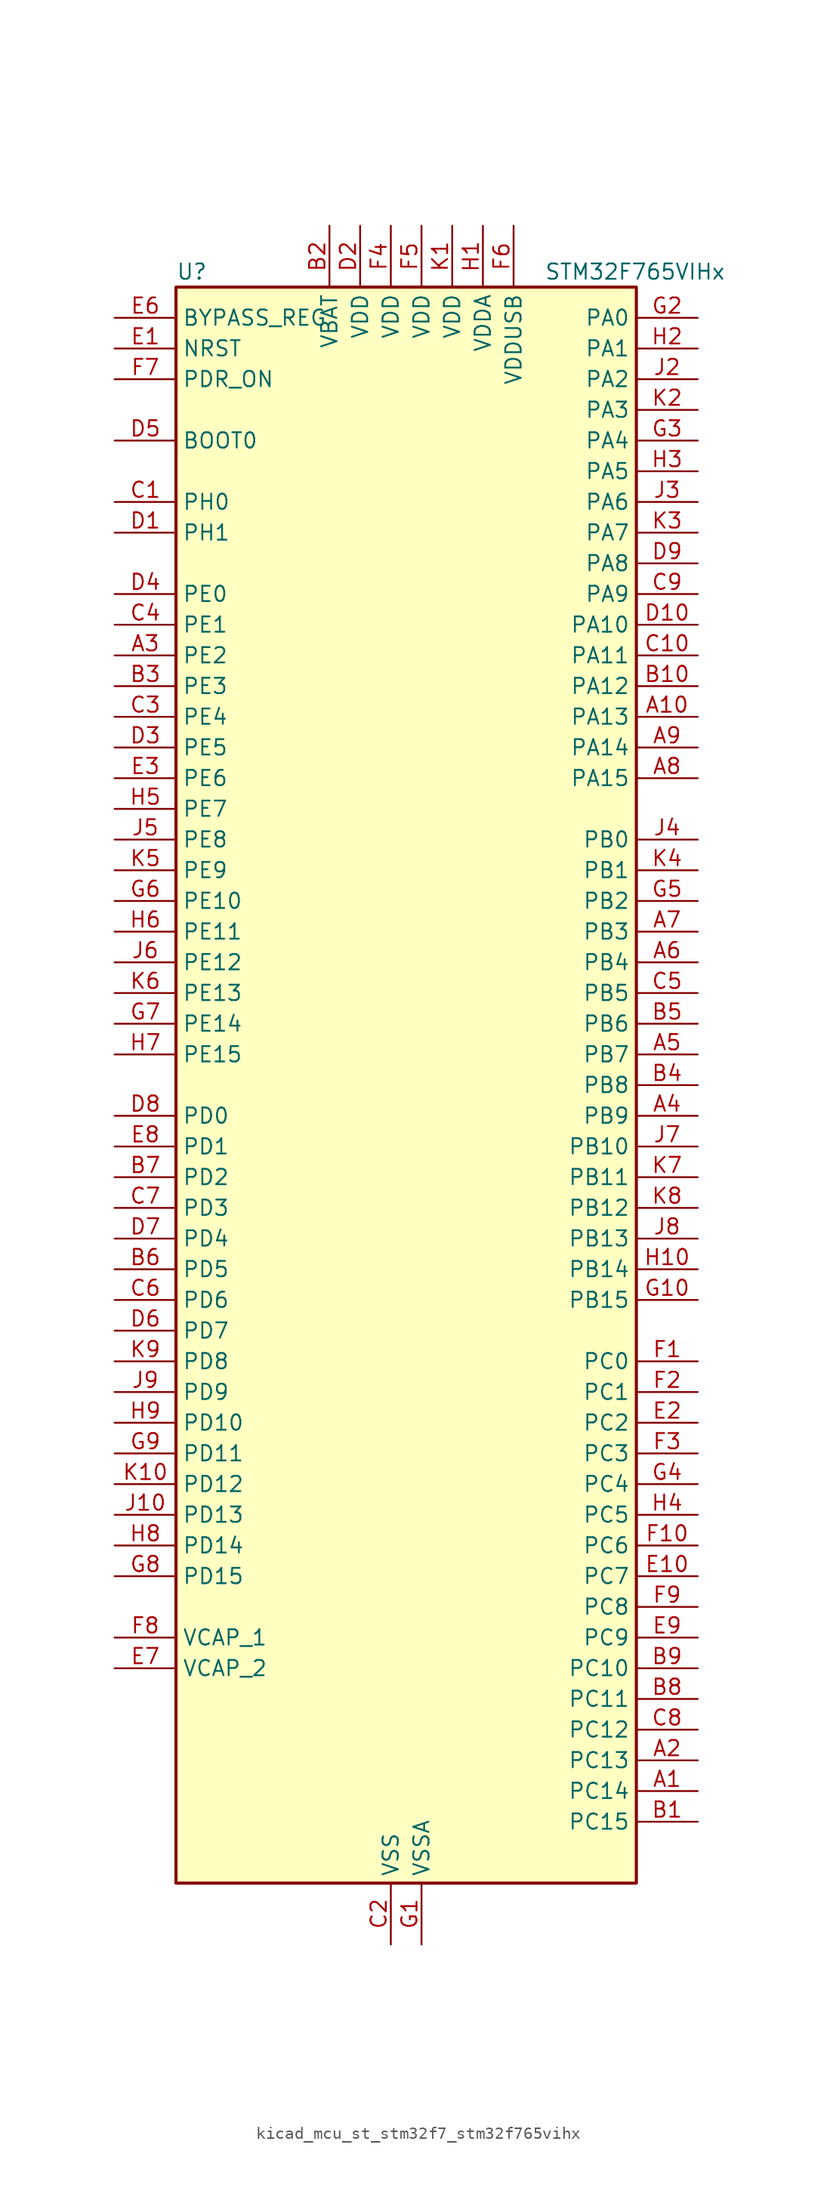
<source format=kicad_sym>
(kicad_symbol_lib
  (version 20220914)
  (generator kicad_symbol_editor)
  (symbol "kicad_mcu_st_stm32f7_stm32f765vihx"
    (property "Reference" "U"
      (at -17.78 67.31 0)
      (effects (font (size 1.27 1.27)) (justify left)))
    (property "Value" "STM32F765VIHx"
      (at 12.7 67.31 0)
      (effects (font (size 1.27 1.27)) (justify left)))
    (property "ki_locked" ""
      (at 0 0 0)
      (effects (font (size 1.27 1.27))))
    (symbol "kicad_mcu_st_stm32f7_stm32f765vihx_0_1"
      (rectangle (start -17.78 -66.04) (end 20.32 66.04) (stroke (width 0.254) (type default)) (fill (type background))))
    (symbol "kicad_mcu_st_stm32f7_stm32f765vihx_1_1"
      (pin bidirectional line (at 25.4 -58.42 180) (length 5.08) (name "PC14" (effects (font (size 1.27 1.27)))) (number "A1" (effects (font (size 1.27 1.27)))) (alternate "RCC_OSC32_IN" bidirectional line))
      (pin bidirectional line (at 25.4 30.48 180) (length 5.08) (name "PA13" (effects (font (size 1.27 1.27)))) (number "A10" (effects (font (size 1.27 1.27)))) (alternate "SYS_JTMS-SWDIO" bidirectional line))
      (pin bidirectional line (at 25.4 -55.88 180) (length 5.08) (name "PC13" (effects (font (size 1.27 1.27)))) (number "A2" (effects (font (size 1.27 1.27)))) (alternate "RTC_OUT" bidirectional line) (alternate "RTC_TAMP1" bidirectional line) (alternate "RTC_TS" bidirectional line) (alternate "SYS_WKUP4" bidirectional line))
      (pin bidirectional line (at -22.86 35.56 0) (length 5.08) (name "PE2" (effects (font (size 1.27 1.27)))) (number "A3" (effects (font (size 1.27 1.27)))) (alternate "ETH_TXD3" bidirectional line) (alternate "FMC_A23" bidirectional line) (alternate "QUADSPI_BK1_IO2" bidirectional line) (alternate "SAI1_MCLK_A" bidirectional line) (alternate "SPI4_SCK" bidirectional line) (alternate "SYS_TRACECLK" bidirectional line))
      (pin bidirectional line (at 25.4 -2.54 180) (length 5.08) (name "PB9" (effects (font (size 1.27 1.27)))) (number "A4" (effects (font (size 1.27 1.27)))) (alternate "CAN1_TX" bidirectional line) (alternate "DAC_EXTI9" bidirectional line) (alternate "DCMI_D7" bidirectional line) (alternate "DFSDM1_DATIN7" bidirectional line) (alternate "I2C1_SDA" bidirectional line) (alternate "I2C4_SDA" bidirectional line) (alternate "I2C4_SMBA" bidirectional line) (alternate "I2S2_WS" bidirectional line) (alternate "SDMMC1_D5" bidirectional line) (alternate "SDMMC2_D5" bidirectional line) (alternate "SPI2_NSS" bidirectional line) (alternate "TIM11_CH1" bidirectional line) (alternate "TIM4_CH4" bidirectional line) (alternate "UART5_TX" bidirectional line))
      (pin bidirectional line (at 25.4 2.54 180) (length 5.08) (name "PB7" (effects (font (size 1.27 1.27)))) (number "A5" (effects (font (size 1.27 1.27)))) (alternate "DCMI_VSYNC" bidirectional line) (alternate "DFSDM1_CKIN5" bidirectional line) (alternate "FMC_NL" bidirectional line) (alternate "I2C1_SDA" bidirectional line) (alternate "I2C4_SDA" bidirectional line) (alternate "TIM4_CH2" bidirectional line) (alternate "USART1_RX" bidirectional line))
      (pin bidirectional line (at 25.4 10.16 180) (length 5.08) (name "PB4" (effects (font (size 1.27 1.27)))) (number "A6" (effects (font (size 1.27 1.27)))) (alternate "CAN3_TX" bidirectional line) (alternate "I2S2_WS" bidirectional line) (alternate "SDMMC2_D3" bidirectional line) (alternate "SPI1_MISO" bidirectional line) (alternate "SPI2_NSS" bidirectional line) (alternate "SPI3_MISO" bidirectional line) (alternate "SPI6_MISO" bidirectional line) (alternate "SYS_JTRST" bidirectional line) (alternate "TIM3_CH1" bidirectional line) (alternate "UART7_TX" bidirectional line))
      (pin bidirectional line (at 25.4 12.7 180) (length 5.08) (name "PB3" (effects (font (size 1.27 1.27)))) (number "A7" (effects (font (size 1.27 1.27)))) (alternate "CAN3_RX" bidirectional line) (alternate "I2S1_CK" bidirectional line) (alternate "I2S3_CK" bidirectional line) (alternate "SDMMC2_D2" bidirectional line) (alternate "SPI1_SCK" bidirectional line) (alternate "SPI3_SCK" bidirectional line) (alternate "SPI6_SCK" bidirectional line) (alternate "SYS_JTDO-SWO" bidirectional line) (alternate "TIM2_CH2" bidirectional line) (alternate "UART7_RX" bidirectional line))
      (pin bidirectional line (at 25.4 25.4 180) (length 5.08) (name "PA15" (effects (font (size 1.27 1.27)))) (number "A8" (effects (font (size 1.27 1.27)))) (alternate "CAN3_TX" bidirectional line) (alternate "CEC" bidirectional line) (alternate "I2S1_WS" bidirectional line) (alternate "I2S3_WS" bidirectional line) (alternate "SPI1_NSS" bidirectional line) (alternate "SPI3_NSS" bidirectional line) (alternate "SPI6_NSS" bidirectional line) (alternate "SYS_JTDI" bidirectional line) (alternate "TIM2_CH1" bidirectional line) (alternate "TIM2_ETR" bidirectional line) (alternate "UART4_DE" bidirectional line) (alternate "UART4_RTS" bidirectional line) (alternate "UART7_TX" bidirectional line))
      (pin bidirectional line (at 25.4 27.94 180) (length 5.08) (name "PA14" (effects (font (size 1.27 1.27)))) (number "A9" (effects (font (size 1.27 1.27)))) (alternate "SYS_JTCK-SWCLK" bidirectional line))
      (pin bidirectional line (at 25.4 -60.96 180) (length 5.08) (name "PC15" (effects (font (size 1.27 1.27)))) (number "B1" (effects (font (size 1.27 1.27)))) (alternate "RCC_OSC32_OUT" bidirectional line))
      (pin bidirectional line (at 25.4 33.02 180) (length 5.08) (name "PA12" (effects (font (size 1.27 1.27)))) (number "B10" (effects (font (size 1.27 1.27)))) (alternate "CAN1_TX" bidirectional line) (alternate "I2S2_CK" bidirectional line) (alternate "SAI2_FS_B" bidirectional line) (alternate "SPI2_SCK" bidirectional line) (alternate "TIM1_ETR" bidirectional line) (alternate "UART4_TX" bidirectional line) (alternate "USART1_DE" bidirectional line) (alternate "USART1_RTS" bidirectional line) (alternate "USB_OTG_FS_DP" bidirectional line))
      (pin power_in line (at -5.08 71.12 270) (length 5.08) (name "VBAT" (effects (font (size 1.27 1.27)))) (number "B2" (effects (font (size 1.27 1.27)))))
      (pin bidirectional line (at -22.86 33.02 0) (length 5.08) (name "PE3" (effects (font (size 1.27 1.27)))) (number "B3" (effects (font (size 1.27 1.27)))) (alternate "FMC_A19" bidirectional line) (alternate "SAI1_SD_B" bidirectional line) (alternate "SYS_TRACED0" bidirectional line))
      (pin bidirectional line (at 25.4 0 180) (length 5.08) (name "PB8" (effects (font (size 1.27 1.27)))) (number "B4" (effects (font (size 1.27 1.27)))) (alternate "CAN1_RX" bidirectional line) (alternate "DCMI_D6" bidirectional line) (alternate "DFSDM1_CKIN7" bidirectional line) (alternate "ETH_TXD3" bidirectional line) (alternate "I2C1_SCL" bidirectional line) (alternate "I2C4_SCL" bidirectional line) (alternate "SDMMC1_D4" bidirectional line) (alternate "SDMMC2_D4" bidirectional line) (alternate "TIM10_CH1" bidirectional line) (alternate "TIM4_CH3" bidirectional line) (alternate "UART5_RX" bidirectional line))
      (pin bidirectional line (at 25.4 5.08 180) (length 5.08) (name "PB6" (effects (font (size 1.27 1.27)))) (number "B5" (effects (font (size 1.27 1.27)))) (alternate "CAN2_TX" bidirectional line) (alternate "CEC" bidirectional line) (alternate "DCMI_D5" bidirectional line) (alternate "DFSDM1_DATIN5" bidirectional line) (alternate "FMC_SDNE1" bidirectional line) (alternate "I2C1_SCL" bidirectional line) (alternate "I2C4_SCL" bidirectional line) (alternate "QUADSPI_BK1_NCS" bidirectional line) (alternate "TIM4_CH1" bidirectional line) (alternate "UART5_TX" bidirectional line) (alternate "USART1_TX" bidirectional line))
      (pin bidirectional line (at -22.86 -15.24 0) (length 5.08) (name "PD5" (effects (font (size 1.27 1.27)))) (number "B6" (effects (font (size 1.27 1.27)))) (alternate "FMC_NWE" bidirectional line) (alternate "USART2_TX" bidirectional line))
      (pin bidirectional line (at -22.86 -7.62 0) (length 5.08) (name "PD2" (effects (font (size 1.27 1.27)))) (number "B7" (effects (font (size 1.27 1.27)))) (alternate "DCMI_D11" bidirectional line) (alternate "SDMMC1_CMD" bidirectional line) (alternate "SYS_TRACED2" bidirectional line) (alternate "TIM3_ETR" bidirectional line) (alternate "UART5_RX" bidirectional line))
      (pin bidirectional line (at 25.4 -50.8 180) (length 5.08) (name "PC11" (effects (font (size 1.27 1.27)))) (number "B8" (effects (font (size 1.27 1.27)))) (alternate "ADC1_EXTI11" bidirectional line) (alternate "ADC2_EXTI11" bidirectional line) (alternate "ADC3_EXTI11" bidirectional line) (alternate "DCMI_D4" bidirectional line) (alternate "DFSDM1_DATIN5" bidirectional line) (alternate "QUADSPI_BK2_NCS" bidirectional line) (alternate "SDMMC1_D3" bidirectional line) (alternate "SPI3_MISO" bidirectional line) (alternate "UART4_RX" bidirectional line) (alternate "USART3_RX" bidirectional line))
      (pin bidirectional line (at 25.4 -48.26 180) (length 5.08) (name "PC10" (effects (font (size 1.27 1.27)))) (number "B9" (effects (font (size 1.27 1.27)))) (alternate "DCMI_D8" bidirectional line) (alternate "DFSDM1_CKIN5" bidirectional line) (alternate "I2S3_CK" bidirectional line) (alternate "QUADSPI_BK1_IO1" bidirectional line) (alternate "SDMMC1_D2" bidirectional line) (alternate "SPI3_SCK" bidirectional line) (alternate "UART4_TX" bidirectional line) (alternate "USART3_TX" bidirectional line))
      (pin bidirectional line (at -22.86 48.26 0) (length 5.08) (name "PH0" (effects (font (size 1.27 1.27)))) (number "C1" (effects (font (size 1.27 1.27)))) (alternate "RCC_OSC_IN" bidirectional line))
      (pin bidirectional line (at 25.4 35.56 180) (length 5.08) (name "PA11" (effects (font (size 1.27 1.27)))) (number "C10" (effects (font (size 1.27 1.27)))) (alternate "ADC1_EXTI11" bidirectional line) (alternate "ADC2_EXTI11" bidirectional line) (alternate "ADC3_EXTI11" bidirectional line) (alternate "CAN1_RX" bidirectional line) (alternate "I2S2_WS" bidirectional line) (alternate "SPI2_NSS" bidirectional line) (alternate "TIM1_CH4" bidirectional line) (alternate "UART4_RX" bidirectional line) (alternate "USART1_CTS" bidirectional line) (alternate "USB_OTG_FS_DM" bidirectional line))
      (pin power_in line (at 0 -71.12 90) (length 5.08) (name "VSS" (effects (font (size 1.27 1.27)))) (number "C2" (effects (font (size 1.27 1.27)))))
      (pin bidirectional line (at -22.86 30.48 0) (length 5.08) (name "PE4" (effects (font (size 1.27 1.27)))) (number "C3" (effects (font (size 1.27 1.27)))) (alternate "DCMI_D4" bidirectional line) (alternate "DFSDM1_DATIN3" bidirectional line) (alternate "FMC_A20" bidirectional line) (alternate "SAI1_FS_A" bidirectional line) (alternate "SPI4_NSS" bidirectional line) (alternate "SYS_TRACED1" bidirectional line))
      (pin bidirectional line (at -22.86 38.1 0) (length 5.08) (name "PE1" (effects (font (size 1.27 1.27)))) (number "C4" (effects (font (size 1.27 1.27)))) (alternate "DCMI_D3" bidirectional line) (alternate "FMC_NBL1" bidirectional line) (alternate "LPTIM1_IN2" bidirectional line) (alternate "UART8_TX" bidirectional line))
      (pin bidirectional line (at 25.4 7.62 180) (length 5.08) (name "PB5" (effects (font (size 1.27 1.27)))) (number "C5" (effects (font (size 1.27 1.27)))) (alternate "CAN2_RX" bidirectional line) (alternate "DCMI_D10" bidirectional line) (alternate "ETH_PPS_OUT" bidirectional line) (alternate "FMC_SDCKE1" bidirectional line) (alternate "I2C1_SMBA" bidirectional line) (alternate "I2S1_SD" bidirectional line) (alternate "I2S3_SD" bidirectional line) (alternate "SPI1_MOSI" bidirectional line) (alternate "SPI3_MOSI" bidirectional line) (alternate "SPI6_MOSI" bidirectional line) (alternate "TIM3_CH2" bidirectional line) (alternate "UART5_RX" bidirectional line) (alternate "USB_OTG_HS_ULPI_D7" bidirectional line))
      (pin bidirectional line (at -22.86 -17.78 0) (length 5.08) (name "PD6" (effects (font (size 1.27 1.27)))) (number "C6" (effects (font (size 1.27 1.27)))) (alternate "DCMI_D10" bidirectional line) (alternate "DFSDM1_CKIN4" bidirectional line) (alternate "DFSDM1_DATIN1" bidirectional line) (alternate "FMC_NWAIT" bidirectional line) (alternate "I2S3_SD" bidirectional line) (alternate "SAI1_SD_A" bidirectional line) (alternate "SDMMC2_CK" bidirectional line) (alternate "SPI3_MOSI" bidirectional line) (alternate "USART2_RX" bidirectional line))
      (pin bidirectional line (at -22.86 -10.16 0) (length 5.08) (name "PD3" (effects (font (size 1.27 1.27)))) (number "C7" (effects (font (size 1.27 1.27)))) (alternate "DCMI_D5" bidirectional line) (alternate "DFSDM1_CKOUT" bidirectional line) (alternate "DFSDM1_DATIN0" bidirectional line) (alternate "FMC_CLK" bidirectional line) (alternate "I2S2_CK" bidirectional line) (alternate "SPI2_SCK" bidirectional line) (alternate "USART2_CTS" bidirectional line))
      (pin bidirectional line (at 25.4 -53.34 180) (length 5.08) (name "PC12" (effects (font (size 1.27 1.27)))) (number "C8" (effects (font (size 1.27 1.27)))) (alternate "DCMI_D9" bidirectional line) (alternate "I2S3_SD" bidirectional line) (alternate "SDMMC1_CK" bidirectional line) (alternate "SPI3_MOSI" bidirectional line) (alternate "SYS_TRACED3" bidirectional line) (alternate "UART5_TX" bidirectional line) (alternate "USART3_CK" bidirectional line))
      (pin bidirectional line (at 25.4 40.64 180) (length 5.08) (name "PA9" (effects (font (size 1.27 1.27)))) (number "C9" (effects (font (size 1.27 1.27)))) (alternate "DAC_EXTI9" bidirectional line) (alternate "DCMI_D0" bidirectional line) (alternate "I2C3_SMBA" bidirectional line) (alternate "I2S2_CK" bidirectional line) (alternate "SPI2_SCK" bidirectional line) (alternate "TIM1_CH2" bidirectional line) (alternate "USART1_TX" bidirectional line) (alternate "USB_OTG_FS_VBUS" bidirectional line))
      (pin bidirectional line (at -22.86 45.72 0) (length 5.08) (name "PH1" (effects (font (size 1.27 1.27)))) (number "D1" (effects (font (size 1.27 1.27)))) (alternate "RCC_OSC_OUT" bidirectional line))
      (pin bidirectional line (at 25.4 38.1 180) (length 5.08) (name "PA10" (effects (font (size 1.27 1.27)))) (number "D10" (effects (font (size 1.27 1.27)))) (alternate "DCMI_D1" bidirectional line) (alternate "MDIOS_MDIO" bidirectional line) (alternate "TIM1_CH3" bidirectional line) (alternate "USART1_RX" bidirectional line) (alternate "USB_OTG_FS_ID" bidirectional line))
      (pin power_in line (at -2.54 71.12 270) (length 5.08) (name "VDD" (effects (font (size 1.27 1.27)))) (number "D2" (effects (font (size 1.27 1.27)))))
      (pin bidirectional line (at -22.86 27.94 0) (length 5.08) (name "PE5" (effects (font (size 1.27 1.27)))) (number "D3" (effects (font (size 1.27 1.27)))) (alternate "DCMI_D6" bidirectional line) (alternate "DFSDM1_CKIN3" bidirectional line) (alternate "FMC_A21" bidirectional line) (alternate "SAI1_SCK_A" bidirectional line) (alternate "SPI4_MISO" bidirectional line) (alternate "SYS_TRACED2" bidirectional line) (alternate "TIM9_CH1" bidirectional line))
      (pin bidirectional line (at -22.86 40.64 0) (length 5.08) (name "PE0" (effects (font (size 1.27 1.27)))) (number "D4" (effects (font (size 1.27 1.27)))) (alternate "DCMI_D2" bidirectional line) (alternate "FMC_NBL0" bidirectional line) (alternate "LPTIM1_ETR" bidirectional line) (alternate "SAI2_MCLK_A" bidirectional line) (alternate "TIM4_ETR" bidirectional line) (alternate "UART8_RX" bidirectional line))
      (pin input line (at -22.86 53.34 0) (length 5.08) (name "BOOT0" (effects (font (size 1.27 1.27)))) (number "D5" (effects (font (size 1.27 1.27)))))
      (pin bidirectional line (at -22.86 -20.32 0) (length 5.08) (name "PD7" (effects (font (size 1.27 1.27)))) (number "D6" (effects (font (size 1.27 1.27)))) (alternate "DFSDM1_CKIN1" bidirectional line) (alternate "DFSDM1_DATIN4" bidirectional line) (alternate "FMC_NE1" bidirectional line) (alternate "I2S1_SD" bidirectional line) (alternate "SDMMC2_CMD" bidirectional line) (alternate "SPDIFRX_IN0" bidirectional line) (alternate "SPI1_MOSI" bidirectional line) (alternate "USART2_CK" bidirectional line))
      (pin bidirectional line (at -22.86 -12.7 0) (length 5.08) (name "PD4" (effects (font (size 1.27 1.27)))) (number "D7" (effects (font (size 1.27 1.27)))) (alternate "DFSDM1_CKIN0" bidirectional line) (alternate "FMC_NOE" bidirectional line) (alternate "USART2_DE" bidirectional line) (alternate "USART2_RTS" bidirectional line))
      (pin bidirectional line (at -22.86 -2.54 0) (length 5.08) (name "PD0" (effects (font (size 1.27 1.27)))) (number "D8" (effects (font (size 1.27 1.27)))) (alternate "CAN1_RX" bidirectional line) (alternate "DFSDM1_CKIN6" bidirectional line) (alternate "DFSDM1_DATIN7" bidirectional line) (alternate "FMC_D2" bidirectional line) (alternate "FMC_DA2" bidirectional line) (alternate "UART4_RX" bidirectional line))
      (pin bidirectional line (at 25.4 43.18 180) (length 5.08) (name "PA8" (effects (font (size 1.27 1.27)))) (number "D9" (effects (font (size 1.27 1.27)))) (alternate "CAN3_RX" bidirectional line) (alternate "I2C3_SCL" bidirectional line) (alternate "RCC_MCO_1" bidirectional line) (alternate "TIM1_CH1" bidirectional line) (alternate "TIM8_BKIN2" bidirectional line) (alternate "UART7_RX" bidirectional line) (alternate "USART1_CK" bidirectional line) (alternate "USB_OTG_FS_SOF" bidirectional line))
      (pin input line (at -22.86 60.96 0) (length 5.08) (name "NRST" (effects (font (size 1.27 1.27)))) (number "E1" (effects (font (size 1.27 1.27)))))
      (pin bidirectional line (at 25.4 -40.64 180) (length 5.08) (name "PC7" (effects (font (size 1.27 1.27)))) (number "E10" (effects (font (size 1.27 1.27)))) (alternate "DCMI_D1" bidirectional line) (alternate "DFSDM1_DATIN3" bidirectional line) (alternate "FMC_NE1" bidirectional line) (alternate "I2S3_MCK" bidirectional line) (alternate "SDMMC1_D7" bidirectional line) (alternate "SDMMC2_D7" bidirectional line) (alternate "TIM3_CH2" bidirectional line) (alternate "TIM8_CH2" bidirectional line) (alternate "USART6_RX" bidirectional line))
      (pin bidirectional line (at 25.4 -27.94 180) (length 5.08) (name "PC2" (effects (font (size 1.27 1.27)))) (number "E2" (effects (font (size 1.27 1.27)))) (alternate "ADC1_IN12" bidirectional line) (alternate "ADC2_IN12" bidirectional line) (alternate "ADC3_IN12" bidirectional line) (alternate "DFSDM1_CKIN1" bidirectional line) (alternate "DFSDM1_CKOUT" bidirectional line) (alternate "ETH_TXD2" bidirectional line) (alternate "FMC_SDNE0" bidirectional line) (alternate "SPI2_MISO" bidirectional line) (alternate "USB_OTG_HS_ULPI_DIR" bidirectional line))
      (pin bidirectional line (at -22.86 25.4 0) (length 5.08) (name "PE6" (effects (font (size 1.27 1.27)))) (number "E3" (effects (font (size 1.27 1.27)))) (alternate "DCMI_D7" bidirectional line) (alternate "FMC_A22" bidirectional line) (alternate "SAI1_SD_A" bidirectional line) (alternate "SAI2_MCLK_B" bidirectional line) (alternate "SPI4_MOSI" bidirectional line) (alternate "SYS_TRACED3" bidirectional line) (alternate "TIM1_BKIN2" bidirectional line) (alternate "TIM9_CH2" bidirectional line))
      (pin passive line (at 0 -71.12 90) (length 5.08) hide (name "VSS" (effects (font (size 1.27 1.27)))) (number "E4" (effects (font (size 1.27 1.27)))))
      (pin passive line (at 0 -71.12 90) (length 5.08) hide (name "VSS" (effects (font (size 1.27 1.27)))) (number "E5" (effects (font (size 1.27 1.27)))))
      (pin input line (at -22.86 63.5 0) (length 5.08) (name "BYPASS_REG" (effects (font (size 1.27 1.27)))) (number "E6" (effects (font (size 1.27 1.27)))))
      (pin power_out line (at -22.86 -48.26 0) (length 5.08) (name "VCAP_2" (effects (font (size 1.27 1.27)))) (number "E7" (effects (font (size 1.27 1.27)))))
      (pin bidirectional line (at -22.86 -5.08 0) (length 5.08) (name "PD1" (effects (font (size 1.27 1.27)))) (number "E8" (effects (font (size 1.27 1.27)))) (alternate "CAN1_TX" bidirectional line) (alternate "DFSDM1_CKIN7" bidirectional line) (alternate "DFSDM1_DATIN6" bidirectional line) (alternate "FMC_D3" bidirectional line) (alternate "FMC_DA3" bidirectional line) (alternate "UART4_TX" bidirectional line))
      (pin bidirectional line (at 25.4 -45.72 180) (length 5.08) (name "PC9" (effects (font (size 1.27 1.27)))) (number "E9" (effects (font (size 1.27 1.27)))) (alternate "DAC_EXTI9" bidirectional line) (alternate "DCMI_D3" bidirectional line) (alternate "I2C3_SDA" bidirectional line) (alternate "I2S_CKIN" bidirectional line) (alternate "QUADSPI_BK1_IO0" bidirectional line) (alternate "RCC_MCO_2" bidirectional line) (alternate "SDMMC1_D1" bidirectional line) (alternate "TIM3_CH4" bidirectional line) (alternate "TIM8_CH4" bidirectional line) (alternate "UART5_CTS" bidirectional line))
      (pin bidirectional line (at 25.4 -22.86 180) (length 5.08) (name "PC0" (effects (font (size 1.27 1.27)))) (number "F1" (effects (font (size 1.27 1.27)))) (alternate "ADC1_IN10" bidirectional line) (alternate "ADC2_IN10" bidirectional line) (alternate "ADC3_IN10" bidirectional line) (alternate "DFSDM1_CKIN0" bidirectional line) (alternate "DFSDM1_DATIN4" bidirectional line) (alternate "FMC_SDNWE" bidirectional line) (alternate "SAI2_FS_B" bidirectional line) (alternate "USB_OTG_HS_ULPI_STP" bidirectional line))
      (pin bidirectional line (at 25.4 -38.1 180) (length 5.08) (name "PC6" (effects (font (size 1.27 1.27)))) (number "F10" (effects (font (size 1.27 1.27)))) (alternate "DCMI_D0" bidirectional line) (alternate "DFSDM1_CKIN3" bidirectional line) (alternate "FMC_NWAIT" bidirectional line) (alternate "I2S2_MCK" bidirectional line) (alternate "SDMMC1_D6" bidirectional line) (alternate "SDMMC2_D6" bidirectional line) (alternate "TIM3_CH1" bidirectional line) (alternate "TIM8_CH1" bidirectional line) (alternate "USART6_TX" bidirectional line))
      (pin bidirectional line (at 25.4 -25.4 180) (length 5.08) (name "PC1" (effects (font (size 1.27 1.27)))) (number "F2" (effects (font (size 1.27 1.27)))) (alternate "ADC1_IN11" bidirectional line) (alternate "ADC2_IN11" bidirectional line) (alternate "ADC3_IN11" bidirectional line) (alternate "DFSDM1_CKIN4" bidirectional line) (alternate "DFSDM1_DATIN0" bidirectional line) (alternate "ETH_MDC" bidirectional line) (alternate "I2S2_SD" bidirectional line) (alternate "MDIOS_MDC" bidirectional line) (alternate "RTC_TAMP3" bidirectional line) (alternate "RTC_TS" bidirectional line) (alternate "SAI1_SD_A" bidirectional line) (alternate "SPI2_MOSI" bidirectional line) (alternate "SYS_TRACED0" bidirectional line) (alternate "SYS_WKUP3" bidirectional line))
      (pin bidirectional line (at 25.4 -30.48 180) (length 5.08) (name "PC3" (effects (font (size 1.27 1.27)))) (number "F3" (effects (font (size 1.27 1.27)))) (alternate "ADC1_IN13" bidirectional line) (alternate "ADC2_IN13" bidirectional line) (alternate "ADC3_IN13" bidirectional line) (alternate "DFSDM1_DATIN1" bidirectional line) (alternate "ETH_TX_CLK" bidirectional line) (alternate "FMC_SDCKE0" bidirectional line) (alternate "I2S2_SD" bidirectional line) (alternate "SPI2_MOSI" bidirectional line) (alternate "USB_OTG_HS_ULPI_NXT" bidirectional line))
      (pin power_in line (at 0 71.12 270) (length 5.08) (name "VDD" (effects (font (size 1.27 1.27)))) (number "F4" (effects (font (size 1.27 1.27)))))
      (pin power_in line (at 2.54 71.12 270) (length 5.08) (name "VDD" (effects (font (size 1.27 1.27)))) (number "F5" (effects (font (size 1.27 1.27)))))
      (pin power_in line (at 10.16 71.12 270) (length 5.08) (name "VDDUSB" (effects (font (size 1.27 1.27)))) (number "F6" (effects (font (size 1.27 1.27)))))
      (pin input line (at -22.86 58.42 0) (length 5.08) (name "PDR_ON" (effects (font (size 1.27 1.27)))) (number "F7" (effects (font (size 1.27 1.27)))))
      (pin power_out line (at -22.86 -45.72 0) (length 5.08) (name "VCAP_1" (effects (font (size 1.27 1.27)))) (number "F8" (effects (font (size 1.27 1.27)))))
      (pin bidirectional line (at 25.4 -43.18 180) (length 5.08) (name "PC8" (effects (font (size 1.27 1.27)))) (number "F9" (effects (font (size 1.27 1.27)))) (alternate "DCMI_D2" bidirectional line) (alternate "FMC_NCE" bidirectional line) (alternate "FMC_NE2" bidirectional line) (alternate "SDMMC1_D0" bidirectional line) (alternate "SYS_TRACED1" bidirectional line) (alternate "TIM3_CH3" bidirectional line) (alternate "TIM8_CH3" bidirectional line) (alternate "UART5_DE" bidirectional line) (alternate "UART5_RTS" bidirectional line) (alternate "USART6_CK" bidirectional line))
      (pin power_in line (at 2.54 -71.12 90) (length 5.08) (name "VSSA" (effects (font (size 1.27 1.27)))) (number "G1" (effects (font (size 1.27 1.27)))))
      (pin bidirectional line (at 25.4 -17.78 180) (length 5.08) (name "PB15" (effects (font (size 1.27 1.27)))) (number "G10" (effects (font (size 1.27 1.27)))) (alternate "DFSDM1_CKIN2" bidirectional line) (alternate "I2S2_SD" bidirectional line) (alternate "RTC_REFIN" bidirectional line) (alternate "SDMMC2_D1" bidirectional line) (alternate "SPI2_MOSI" bidirectional line) (alternate "TIM12_CH2" bidirectional line) (alternate "TIM1_CH3N" bidirectional line) (alternate "TIM8_CH3N" bidirectional line) (alternate "UART4_CTS" bidirectional line) (alternate "USART1_RX" bidirectional line) (alternate "USB_OTG_HS_DP" bidirectional line))
      (pin bidirectional line (at 25.4 63.5 180) (length 5.08) (name "PA0" (effects (font (size 1.27 1.27)))) (number "G2" (effects (font (size 1.27 1.27)))) (alternate "ADC1_IN0" bidirectional line) (alternate "ADC2_IN0" bidirectional line) (alternate "ADC3_IN0" bidirectional line) (alternate "ETH_CRS" bidirectional line) (alternate "SAI2_SD_B" bidirectional line) (alternate "SYS_WKUP1" bidirectional line) (alternate "TIM2_CH1" bidirectional line) (alternate "TIM2_ETR" bidirectional line) (alternate "TIM5_CH1" bidirectional line) (alternate "TIM8_ETR" bidirectional line) (alternate "UART4_TX" bidirectional line) (alternate "USART2_CTS" bidirectional line))
      (pin bidirectional line (at 25.4 53.34 180) (length 5.08) (name "PA4" (effects (font (size 1.27 1.27)))) (number "G3" (effects (font (size 1.27 1.27)))) (alternate "ADC1_IN4" bidirectional line) (alternate "ADC2_IN4" bidirectional line) (alternate "DAC_OUT1" bidirectional line) (alternate "DCMI_HSYNC" bidirectional line) (alternate "I2S1_WS" bidirectional line) (alternate "I2S3_WS" bidirectional line) (alternate "SPI1_NSS" bidirectional line) (alternate "SPI3_NSS" bidirectional line) (alternate "SPI6_NSS" bidirectional line) (alternate "USART2_CK" bidirectional line) (alternate "USB_OTG_HS_SOF" bidirectional line))
      (pin bidirectional line (at 25.4 -33.02 180) (length 5.08) (name "PC4" (effects (font (size 1.27 1.27)))) (number "G4" (effects (font (size 1.27 1.27)))) (alternate "ADC1_IN14" bidirectional line) (alternate "ADC2_IN14" bidirectional line) (alternate "DFSDM1_CKIN2" bidirectional line) (alternate "ETH_RXD0" bidirectional line) (alternate "FMC_SDNE0" bidirectional line) (alternate "I2S1_MCK" bidirectional line) (alternate "SPDIFRX_IN2" bidirectional line))
      (pin bidirectional line (at 25.4 15.24 180) (length 5.08) (name "PB2" (effects (font (size 1.27 1.27)))) (number "G5" (effects (font (size 1.27 1.27)))) (alternate "DFSDM1_CKIN1" bidirectional line) (alternate "I2S3_SD" bidirectional line) (alternate "QUADSPI_CLK" bidirectional line) (alternate "SAI1_SD_A" bidirectional line) (alternate "SPI3_MOSI" bidirectional line))
      (pin bidirectional line (at -22.86 15.24 0) (length 5.08) (name "PE10" (effects (font (size 1.27 1.27)))) (number "G6" (effects (font (size 1.27 1.27)))) (alternate "DFSDM1_DATIN4" bidirectional line) (alternate "FMC_D7" bidirectional line) (alternate "FMC_DA7" bidirectional line) (alternate "QUADSPI_BK2_IO3" bidirectional line) (alternate "TIM1_CH2N" bidirectional line) (alternate "UART7_CTS" bidirectional line))
      (pin bidirectional line (at -22.86 5.08 0) (length 5.08) (name "PE14" (effects (font (size 1.27 1.27)))) (number "G7" (effects (font (size 1.27 1.27)))) (alternate "FMC_D11" bidirectional line) (alternate "FMC_DA11" bidirectional line) (alternate "SAI2_MCLK_B" bidirectional line) (alternate "SPI4_MOSI" bidirectional line) (alternate "TIM1_CH4" bidirectional line))
      (pin bidirectional line (at -22.86 -40.64 0) (length 5.08) (name "PD15" (effects (font (size 1.27 1.27)))) (number "G8" (effects (font (size 1.27 1.27)))) (alternate "FMC_D1" bidirectional line) (alternate "FMC_DA1" bidirectional line) (alternate "TIM4_CH4" bidirectional line) (alternate "UART8_DE" bidirectional line) (alternate "UART8_RTS" bidirectional line))
      (pin bidirectional line (at -22.86 -30.48 0) (length 5.08) (name "PD11" (effects (font (size 1.27 1.27)))) (number "G9" (effects (font (size 1.27 1.27)))) (alternate "ADC1_EXTI11" bidirectional line) (alternate "ADC2_EXTI11" bidirectional line) (alternate "ADC3_EXTI11" bidirectional line) (alternate "FMC_A16" bidirectional line) (alternate "FMC_CLE" bidirectional line) (alternate "I2C4_SMBA" bidirectional line) (alternate "QUADSPI_BK1_IO0" bidirectional line) (alternate "SAI2_SD_A" bidirectional line) (alternate "USART3_CTS" bidirectional line))
      (pin power_in line (at 7.62 71.12 270) (length 5.08) (name "VDDA" (effects (font (size 1.27 1.27)))) (number "H1" (effects (font (size 1.27 1.27)))))
      (pin bidirectional line (at 25.4 -15.24 180) (length 5.08) (name "PB14" (effects (font (size 1.27 1.27)))) (number "H10" (effects (font (size 1.27 1.27)))) (alternate "DFSDM1_DATIN2" bidirectional line) (alternate "SDMMC2_D0" bidirectional line) (alternate "SPI2_MISO" bidirectional line) (alternate "TIM12_CH1" bidirectional line) (alternate "TIM1_CH2N" bidirectional line) (alternate "TIM8_CH2N" bidirectional line) (alternate "UART4_DE" bidirectional line) (alternate "UART4_RTS" bidirectional line) (alternate "USART1_TX" bidirectional line) (alternate "USART3_DE" bidirectional line) (alternate "USART3_RTS" bidirectional line) (alternate "USB_OTG_HS_DM" bidirectional line))
      (pin bidirectional line (at 25.4 60.96 180) (length 5.08) (name "PA1" (effects (font (size 1.27 1.27)))) (number "H2" (effects (font (size 1.27 1.27)))) (alternate "ADC1_IN1" bidirectional line) (alternate "ADC2_IN1" bidirectional line) (alternate "ADC3_IN1" bidirectional line) (alternate "ETH_REF_CLK" bidirectional line) (alternate "ETH_RX_CLK" bidirectional line) (alternate "QUADSPI_BK1_IO3" bidirectional line) (alternate "SAI2_MCLK_B" bidirectional line) (alternate "TIM2_CH2" bidirectional line) (alternate "TIM5_CH2" bidirectional line) (alternate "UART4_RX" bidirectional line) (alternate "USART2_DE" bidirectional line) (alternate "USART2_RTS" bidirectional line))
      (pin bidirectional line (at 25.4 50.8 180) (length 5.08) (name "PA5" (effects (font (size 1.27 1.27)))) (number "H3" (effects (font (size 1.27 1.27)))) (alternate "ADC1_IN5" bidirectional line) (alternate "ADC2_IN5" bidirectional line) (alternate "DAC_OUT2" bidirectional line) (alternate "I2S1_CK" bidirectional line) (alternate "SPI1_SCK" bidirectional line) (alternate "SPI6_SCK" bidirectional line) (alternate "TIM2_CH1" bidirectional line) (alternate "TIM2_ETR" bidirectional line) (alternate "TIM8_CH1N" bidirectional line) (alternate "USB_OTG_HS_ULPI_CK" bidirectional line))
      (pin bidirectional line (at 25.4 -35.56 180) (length 5.08) (name "PC5" (effects (font (size 1.27 1.27)))) (number "H4" (effects (font (size 1.27 1.27)))) (alternate "ADC1_IN15" bidirectional line) (alternate "ADC2_IN15" bidirectional line) (alternate "DFSDM1_DATIN2" bidirectional line) (alternate "ETH_RXD1" bidirectional line) (alternate "FMC_SDCKE0" bidirectional line) (alternate "SPDIFRX_IN3" bidirectional line))
      (pin bidirectional line (at -22.86 22.86 0) (length 5.08) (name "PE7" (effects (font (size 1.27 1.27)))) (number "H5" (effects (font (size 1.27 1.27)))) (alternate "DFSDM1_DATIN2" bidirectional line) (alternate "FMC_D4" bidirectional line) (alternate "FMC_DA4" bidirectional line) (alternate "QUADSPI_BK2_IO0" bidirectional line) (alternate "TIM1_ETR" bidirectional line) (alternate "UART7_RX" bidirectional line))
      (pin bidirectional line (at -22.86 12.7 0) (length 5.08) (name "PE11" (effects (font (size 1.27 1.27)))) (number "H6" (effects (font (size 1.27 1.27)))) (alternate "ADC1_EXTI11" bidirectional line) (alternate "ADC2_EXTI11" bidirectional line) (alternate "ADC3_EXTI11" bidirectional line) (alternate "DFSDM1_CKIN4" bidirectional line) (alternate "FMC_D8" bidirectional line) (alternate "FMC_DA8" bidirectional line) (alternate "SAI2_SD_B" bidirectional line) (alternate "SPI4_NSS" bidirectional line) (alternate "TIM1_CH2" bidirectional line))
      (pin bidirectional line (at -22.86 2.54 0) (length 5.08) (name "PE15" (effects (font (size 1.27 1.27)))) (number "H7" (effects (font (size 1.27 1.27)))) (alternate "FMC_D12" bidirectional line) (alternate "FMC_DA12" bidirectional line) (alternate "TIM1_BKIN" bidirectional line))
      (pin bidirectional line (at -22.86 -38.1 0) (length 5.08) (name "PD14" (effects (font (size 1.27 1.27)))) (number "H8" (effects (font (size 1.27 1.27)))) (alternate "FMC_D0" bidirectional line) (alternate "FMC_DA0" bidirectional line) (alternate "TIM4_CH3" bidirectional line) (alternate "UART8_CTS" bidirectional line))
      (pin bidirectional line (at -22.86 -27.94 0) (length 5.08) (name "PD10" (effects (font (size 1.27 1.27)))) (number "H9" (effects (font (size 1.27 1.27)))) (alternate "DFSDM1_CKOUT" bidirectional line) (alternate "FMC_D15" bidirectional line) (alternate "FMC_DA15" bidirectional line) (alternate "USART3_CK" bidirectional line))
      (pin passive line (at 0 -71.12 90) (length 5.08) hide (name "VSS" (effects (font (size 1.27 1.27)))) (number "J1" (effects (font (size 1.27 1.27)))))
      (pin bidirectional line (at -22.86 -35.56 0) (length 5.08) (name "PD13" (effects (font (size 1.27 1.27)))) (number "J10" (effects (font (size 1.27 1.27)))) (alternate "FMC_A18" bidirectional line) (alternate "I2C4_SDA" bidirectional line) (alternate "LPTIM1_OUT" bidirectional line) (alternate "QUADSPI_BK1_IO3" bidirectional line) (alternate "SAI2_SCK_A" bidirectional line) (alternate "TIM4_CH2" bidirectional line))
      (pin bidirectional line (at 25.4 58.42 180) (length 5.08) (name "PA2" (effects (font (size 1.27 1.27)))) (number "J2" (effects (font (size 1.27 1.27)))) (alternate "ADC1_IN2" bidirectional line) (alternate "ADC2_IN2" bidirectional line) (alternate "ADC3_IN2" bidirectional line) (alternate "ETH_MDIO" bidirectional line) (alternate "MDIOS_MDIO" bidirectional line) (alternate "SAI2_SCK_B" bidirectional line) (alternate "SYS_WKUP2" bidirectional line) (alternate "TIM2_CH3" bidirectional line) (alternate "TIM5_CH3" bidirectional line) (alternate "TIM9_CH1" bidirectional line) (alternate "USART2_TX" bidirectional line))
      (pin bidirectional line (at 25.4 48.26 180) (length 5.08) (name "PA6" (effects (font (size 1.27 1.27)))) (number "J3" (effects (font (size 1.27 1.27)))) (alternate "ADC1_IN6" bidirectional line) (alternate "ADC2_IN6" bidirectional line) (alternate "DCMI_PIXCLK" bidirectional line) (alternate "MDIOS_MDC" bidirectional line) (alternate "SPI1_MISO" bidirectional line) (alternate "SPI6_MISO" bidirectional line) (alternate "TIM13_CH1" bidirectional line) (alternate "TIM1_BKIN" bidirectional line) (alternate "TIM3_CH1" bidirectional line) (alternate "TIM8_BKIN" bidirectional line))
      (pin bidirectional line (at 25.4 20.32 180) (length 5.08) (name "PB0" (effects (font (size 1.27 1.27)))) (number "J4" (effects (font (size 1.27 1.27)))) (alternate "ADC1_IN8" bidirectional line) (alternate "ADC2_IN8" bidirectional line) (alternate "DFSDM1_CKOUT" bidirectional line) (alternate "ETH_RXD2" bidirectional line) (alternate "TIM1_CH2N" bidirectional line) (alternate "TIM3_CH3" bidirectional line) (alternate "TIM8_CH2N" bidirectional line) (alternate "UART4_CTS" bidirectional line) (alternate "USB_OTG_HS_ULPI_D1" bidirectional line))
      (pin bidirectional line (at -22.86 20.32 0) (length 5.08) (name "PE8" (effects (font (size 1.27 1.27)))) (number "J5" (effects (font (size 1.27 1.27)))) (alternate "DFSDM1_CKIN2" bidirectional line) (alternate "FMC_D5" bidirectional line) (alternate "FMC_DA5" bidirectional line) (alternate "QUADSPI_BK2_IO1" bidirectional line) (alternate "TIM1_CH1N" bidirectional line) (alternate "UART7_TX" bidirectional line))
      (pin bidirectional line (at -22.86 10.16 0) (length 5.08) (name "PE12" (effects (font (size 1.27 1.27)))) (number "J6" (effects (font (size 1.27 1.27)))) (alternate "DFSDM1_DATIN5" bidirectional line) (alternate "FMC_D9" bidirectional line) (alternate "FMC_DA9" bidirectional line) (alternate "SAI2_SCK_B" bidirectional line) (alternate "SPI4_SCK" bidirectional line) (alternate "TIM1_CH3N" bidirectional line))
      (pin bidirectional line (at 25.4 -5.08 180) (length 5.08) (name "PB10" (effects (font (size 1.27 1.27)))) (number "J7" (effects (font (size 1.27 1.27)))) (alternate "DFSDM1_DATIN7" bidirectional line) (alternate "ETH_RX_ER" bidirectional line) (alternate "I2C2_SCL" bidirectional line) (alternate "I2S2_CK" bidirectional line) (alternate "QUADSPI_BK1_NCS" bidirectional line) (alternate "SPI2_SCK" bidirectional line) (alternate "TIM2_CH3" bidirectional line) (alternate "USART3_TX" bidirectional line) (alternate "USB_OTG_HS_ULPI_D3" bidirectional line))
      (pin bidirectional line (at 25.4 -12.7 180) (length 5.08) (name "PB13" (effects (font (size 1.27 1.27)))) (number "J8" (effects (font (size 1.27 1.27)))) (alternate "CAN2_TX" bidirectional line) (alternate "DFSDM1_CKIN1" bidirectional line) (alternate "ETH_TXD1" bidirectional line) (alternate "I2S2_CK" bidirectional line) (alternate "SPI2_SCK" bidirectional line) (alternate "TIM1_CH1N" bidirectional line) (alternate "UART5_TX" bidirectional line) (alternate "USART3_CTS" bidirectional line) (alternate "USB_OTG_HS_ULPI_D6" bidirectional line) (alternate "USB_OTG_HS_VBUS" bidirectional line))
      (pin bidirectional line (at -22.86 -25.4 0) (length 5.08) (name "PD9" (effects (font (size 1.27 1.27)))) (number "J9" (effects (font (size 1.27 1.27)))) (alternate "DAC_EXTI9" bidirectional line) (alternate "DFSDM1_DATIN3" bidirectional line) (alternate "FMC_D14" bidirectional line) (alternate "FMC_DA14" bidirectional line) (alternate "USART3_RX" bidirectional line))
      (pin power_in line (at 5.08 71.12 270) (length 5.08) (name "VDD" (effects (font (size 1.27 1.27)))) (number "K1" (effects (font (size 1.27 1.27)))))
      (pin bidirectional line (at -22.86 -33.02 0) (length 5.08) (name "PD12" (effects (font (size 1.27 1.27)))) (number "K10" (effects (font (size 1.27 1.27)))) (alternate "FMC_A17" bidirectional line) (alternate "FMC_ALE" bidirectional line) (alternate "I2C4_SCL" bidirectional line) (alternate "LPTIM1_IN1" bidirectional line) (alternate "QUADSPI_BK1_IO1" bidirectional line) (alternate "SAI2_FS_A" bidirectional line) (alternate "TIM4_CH1" bidirectional line) (alternate "USART3_DE" bidirectional line) (alternate "USART3_RTS" bidirectional line))
      (pin bidirectional line (at 25.4 55.88 180) (length 5.08) (name "PA3" (effects (font (size 1.27 1.27)))) (number "K2" (effects (font (size 1.27 1.27)))) (alternate "ADC1_IN3" bidirectional line) (alternate "ADC2_IN3" bidirectional line) (alternate "ADC3_IN3" bidirectional line) (alternate "ETH_COL" bidirectional line) (alternate "TIM2_CH4" bidirectional line) (alternate "TIM5_CH4" bidirectional line) (alternate "TIM9_CH2" bidirectional line) (alternate "USART2_RX" bidirectional line) (alternate "USB_OTG_HS_ULPI_D0" bidirectional line))
      (pin bidirectional line (at 25.4 45.72 180) (length 5.08) (name "PA7" (effects (font (size 1.27 1.27)))) (number "K3" (effects (font (size 1.27 1.27)))) (alternate "ADC1_IN7" bidirectional line) (alternate "ADC2_IN7" bidirectional line) (alternate "ETH_CRS_DV" bidirectional line) (alternate "ETH_RX_DV" bidirectional line) (alternate "FMC_SDNWE" bidirectional line) (alternate "I2S1_SD" bidirectional line) (alternate "SPI1_MOSI" bidirectional line) (alternate "SPI6_MOSI" bidirectional line) (alternate "TIM14_CH1" bidirectional line) (alternate "TIM1_CH1N" bidirectional line) (alternate "TIM3_CH2" bidirectional line) (alternate "TIM8_CH1N" bidirectional line))
      (pin bidirectional line (at 25.4 17.78 180) (length 5.08) (name "PB1" (effects (font (size 1.27 1.27)))) (number "K4" (effects (font (size 1.27 1.27)))) (alternate "ADC1_IN9" bidirectional line) (alternate "ADC2_IN9" bidirectional line) (alternate "DFSDM1_DATIN1" bidirectional line) (alternate "ETH_RXD3" bidirectional line) (alternate "TIM1_CH3N" bidirectional line) (alternate "TIM3_CH4" bidirectional line) (alternate "TIM8_CH3N" bidirectional line) (alternate "USB_OTG_HS_ULPI_D2" bidirectional line))
      (pin bidirectional line (at -22.86 17.78 0) (length 5.08) (name "PE9" (effects (font (size 1.27 1.27)))) (number "K5" (effects (font (size 1.27 1.27)))) (alternate "DAC_EXTI9" bidirectional line) (alternate "DFSDM1_CKOUT" bidirectional line) (alternate "FMC_D6" bidirectional line) (alternate "FMC_DA6" bidirectional line) (alternate "QUADSPI_BK2_IO2" bidirectional line) (alternate "TIM1_CH1" bidirectional line) (alternate "UART7_DE" bidirectional line) (alternate "UART7_RTS" bidirectional line))
      (pin bidirectional line (at -22.86 7.62 0) (length 5.08) (name "PE13" (effects (font (size 1.27 1.27)))) (number "K6" (effects (font (size 1.27 1.27)))) (alternate "DFSDM1_CKIN5" bidirectional line) (alternate "FMC_D10" bidirectional line) (alternate "FMC_DA10" bidirectional line) (alternate "SAI2_FS_B" bidirectional line) (alternate "SPI4_MISO" bidirectional line) (alternate "TIM1_CH3" bidirectional line))
      (pin bidirectional line (at 25.4 -7.62 180) (length 5.08) (name "PB11" (effects (font (size 1.27 1.27)))) (number "K7" (effects (font (size 1.27 1.27)))) (alternate "ADC1_EXTI11" bidirectional line) (alternate "ADC2_EXTI11" bidirectional line) (alternate "ADC3_EXTI11" bidirectional line) (alternate "DFSDM1_CKIN7" bidirectional line) (alternate "ETH_TX_EN" bidirectional line) (alternate "I2C2_SDA" bidirectional line) (alternate "TIM2_CH4" bidirectional line) (alternate "USART3_RX" bidirectional line) (alternate "USB_OTG_HS_ULPI_D4" bidirectional line))
      (pin bidirectional line (at 25.4 -10.16 180) (length 5.08) (name "PB12" (effects (font (size 1.27 1.27)))) (number "K8" (effects (font (size 1.27 1.27)))) (alternate "CAN2_RX" bidirectional line) (alternate "DFSDM1_DATIN1" bidirectional line) (alternate "ETH_TXD0" bidirectional line) (alternate "I2C2_SMBA" bidirectional line) (alternate "I2S2_WS" bidirectional line) (alternate "SPI2_NSS" bidirectional line) (alternate "TIM1_BKIN" bidirectional line) (alternate "UART5_RX" bidirectional line) (alternate "USART3_CK" bidirectional line) (alternate "USB_OTG_HS_ID" bidirectional line) (alternate "USB_OTG_HS_ULPI_D5" bidirectional line))
      (pin bidirectional line (at -22.86 -22.86 0) (length 5.08) (name "PD8" (effects (font (size 1.27 1.27)))) (number "K9" (effects (font (size 1.27 1.27)))) (alternate "DFSDM1_CKIN3" bidirectional line) (alternate "FMC_D13" bidirectional line) (alternate "FMC_DA13" bidirectional line) (alternate "SPDIFRX_IN1" bidirectional line) (alternate "USART3_TX" bidirectional line)))))
</source>
